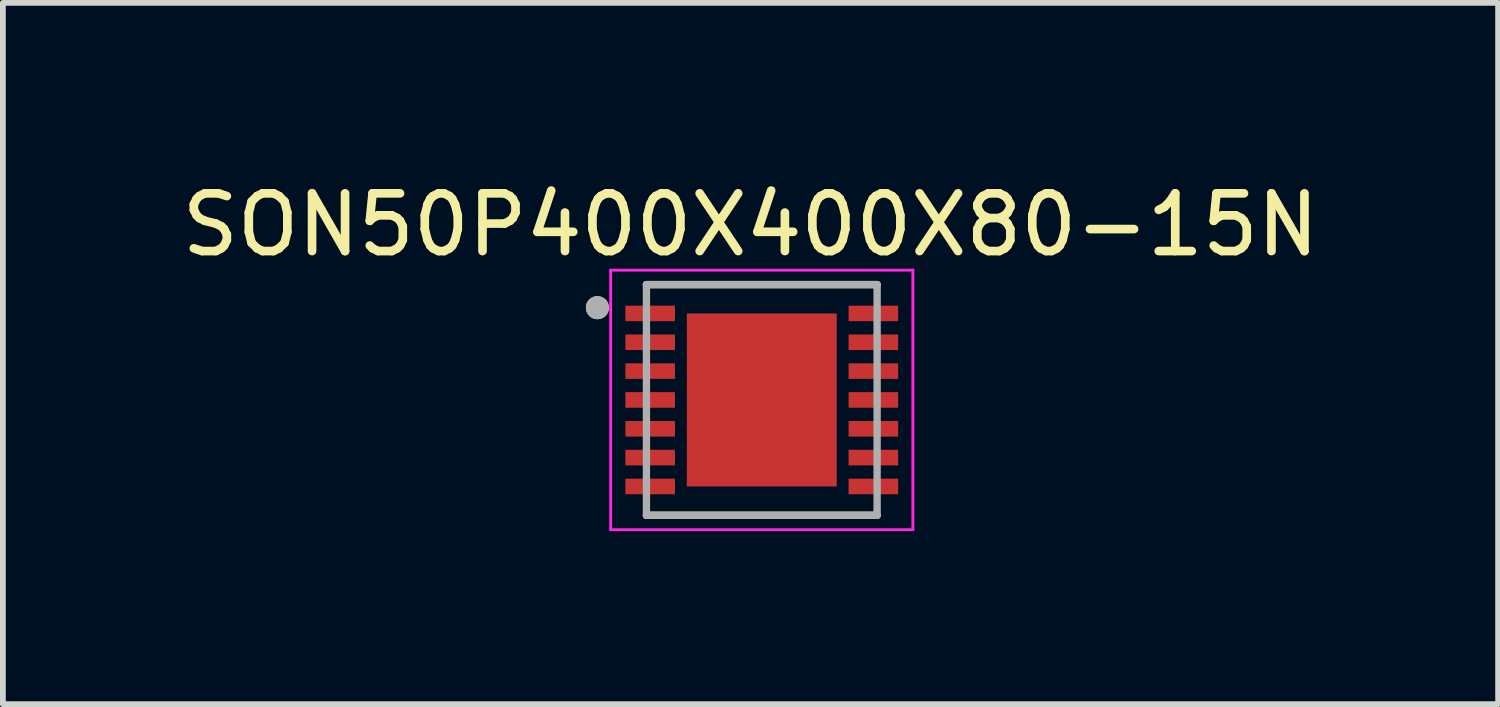
<source format=kicad_pcb>
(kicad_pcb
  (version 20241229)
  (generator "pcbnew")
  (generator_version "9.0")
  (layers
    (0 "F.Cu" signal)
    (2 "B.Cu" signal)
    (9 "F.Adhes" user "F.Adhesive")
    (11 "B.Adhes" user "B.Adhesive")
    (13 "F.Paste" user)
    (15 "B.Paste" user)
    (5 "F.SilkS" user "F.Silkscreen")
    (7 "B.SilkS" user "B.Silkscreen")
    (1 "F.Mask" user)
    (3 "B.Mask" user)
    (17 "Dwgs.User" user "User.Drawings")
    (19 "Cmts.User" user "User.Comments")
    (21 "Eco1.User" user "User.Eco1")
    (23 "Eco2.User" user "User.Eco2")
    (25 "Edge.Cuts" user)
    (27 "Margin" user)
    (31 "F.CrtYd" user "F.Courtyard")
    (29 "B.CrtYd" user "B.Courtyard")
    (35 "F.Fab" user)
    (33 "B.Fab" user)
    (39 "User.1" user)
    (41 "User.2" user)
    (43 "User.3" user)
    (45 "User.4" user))
  (footprint "SON50P400X400X80-15N"
    (layer "F.Cu")
    (at 10.159 3.885)
    (property "Reference" "SON50P400X400X80-15N" (at -0.195 -3.037 0) (layer "F.SilkS") (effects (font (size 1.001 1.001) (thickness 0.15))))
    (attr through_hole)
    (fp_line (start -2 -2) (end 2 -2) (stroke (width 0.127) (type solid)) (layer "F.SilkS"))
    (fp_line (start 2 2) (end -2 2) (stroke (width 0.127) (type solid)) (layer "F.SilkS"))
    (fp_circle (center -2.85 -1.6) (end -2.75 -1.6) (stroke (width 0.2) (type solid)) (fill no) (layer "F.SilkS"))
    (fp_poly (pts (xy -0.82 -0.95) (xy 0.82 -0.95) (xy 0.82 0.95) (xy -0.82 0.95)) (stroke (width 0.01) (type solid)) (fill yes) (layer "F.Paste"))
    (fp_line (start -2.62 -2.25) (end 2.62 -2.25) (stroke (width 0.05) (type solid)) (layer "F.CrtYd"))
    (fp_line (start -2.62 2.25) (end -2.62 -2.25) (stroke (width 0.05) (type solid)) (layer "F.CrtYd"))
    (fp_line (start 2.62 -2.25) (end 2.62 2.25) (stroke (width 0.05) (type solid)) (layer "F.CrtYd"))
    (fp_line (start 2.62 2.25) (end -2.62 2.25) (stroke (width 0.05) (type solid)) (layer "F.CrtYd"))
    (fp_line (start -2 -2) (end 2 -2) (stroke (width 0.127) (type solid)) (layer "F.Fab"))
    (fp_line (start -2 2) (end -2 -2) (stroke (width 0.127) (type solid)) (layer "F.Fab"))
    (fp_line (start 2 -2) (end 2 2) (stroke (width 0.127) (type solid)) (layer "F.Fab"))
    (fp_line (start 2 2) (end -2 2) (stroke (width 0.127) (type solid)) (layer "F.Fab"))
    (fp_circle (center -2.85 -1.6) (end -2.75 -1.6) (stroke (width 0.2) (type solid)) (fill no) (layer "F.Fab"))
    (pad "1" smd roundrect (at -1.935 -1.5) (size 0.86 0.27) (layers "F.Cu" "F.Mask" "F.Paste") (roundrect_rratio 0.03))
    (pad "2" smd roundrect (at -1.935 -1) (size 0.86 0.27) (layers "F.Cu" "F.Mask" "F.Paste") (roundrect_rratio 0.03))
    (pad "3" smd roundrect (at -1.935 -0.5) (size 0.86 0.27) (layers "F.Cu" "F.Mask" "F.Paste") (roundrect_rratio 0.03))
    (pad "4" smd roundrect (at -1.935 0) (size 0.86 0.27) (layers "F.Cu" "F.Mask" "F.Paste") (roundrect_rratio 0.03))
    (pad "5" smd roundrect (at -1.935 0.5) (size 0.86 0.27) (layers "F.Cu" "F.Mask" "F.Paste") (roundrect_rratio 0.03))
    (pad "6" smd roundrect (at -1.935 1) (size 0.86 0.27) (layers "F.Cu" "F.Mask" "F.Paste") (roundrect_rratio 0.03))
    (pad "7" smd roundrect (at -1.935 1.5) (size 0.86 0.27) (layers "F.Cu" "F.Mask" "F.Paste") (roundrect_rratio 0.03))
    (pad "8" smd roundrect (at 1.935 1.5) (size 0.86 0.27) (layers "F.Cu" "F.Mask" "F.Paste") (roundrect_rratio 0.03))
    (pad "9" smd roundrect (at 1.935 1) (size 0.86 0.27) (layers "F.Cu" "F.Mask" "F.Paste") (roundrect_rratio 0.03))
    (pad "10" smd roundrect (at 1.935 0.5) (size 0.86 0.27) (layers "F.Cu" "F.Mask" "F.Paste") (roundrect_rratio 0.03))
    (pad "11" smd roundrect (at 1.935 0) (size 0.86 0.27) (layers "F.Cu" "F.Mask" "F.Paste") (roundrect_rratio 0.03))
    (pad "12" smd roundrect (at 1.935 -0.5) (size 0.86 0.27) (layers "F.Cu" "F.Mask" "F.Paste") (roundrect_rratio 0.03))
    (pad "13" smd roundrect (at 1.935 -1) (size 0.86 0.27) (layers "F.Cu" "F.Mask" "F.Paste") (roundrect_rratio 0.03))
    (pad "14" smd roundrect (at 1.935 -1.5) (size 0.86 0.27) (layers "F.Cu" "F.Mask" "F.Paste") (roundrect_rratio 0.03))
    (pad "15" smd rect (at 0 0) (size 2.6 3) (layers "F.Cu" "F.Mask")))
  (gr_rect
    (start -3 -3)
    (end 22.927 9.16)
    (stroke (width 0.1) (type default))
    (fill no)
    (layer "Edge.Cuts")))
</source>
